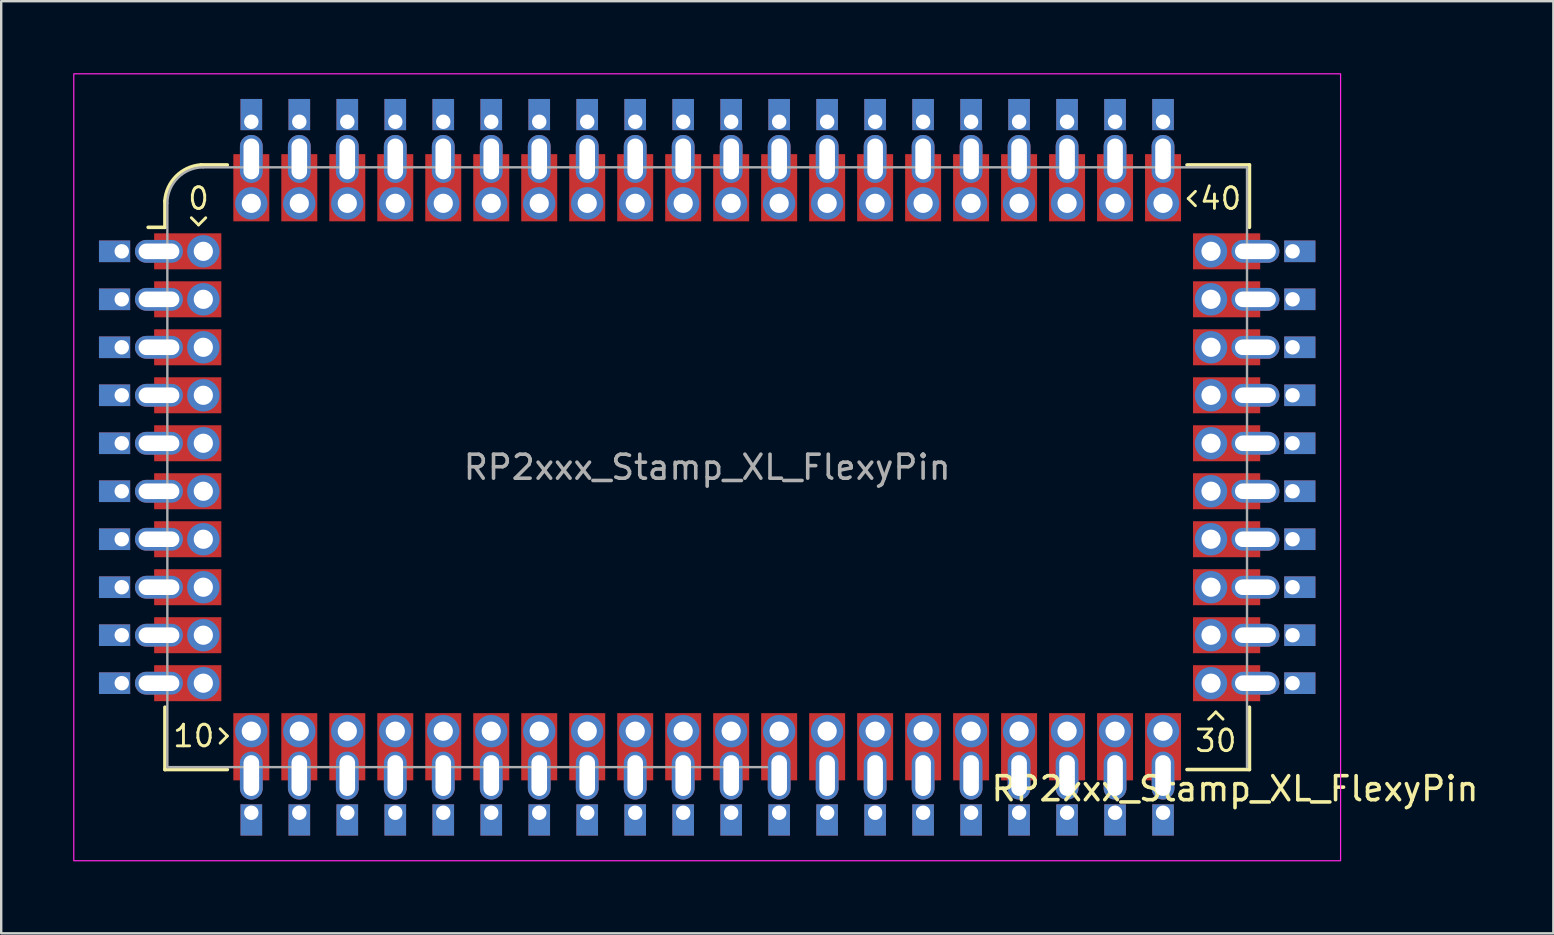
<source format=kicad_pcb>
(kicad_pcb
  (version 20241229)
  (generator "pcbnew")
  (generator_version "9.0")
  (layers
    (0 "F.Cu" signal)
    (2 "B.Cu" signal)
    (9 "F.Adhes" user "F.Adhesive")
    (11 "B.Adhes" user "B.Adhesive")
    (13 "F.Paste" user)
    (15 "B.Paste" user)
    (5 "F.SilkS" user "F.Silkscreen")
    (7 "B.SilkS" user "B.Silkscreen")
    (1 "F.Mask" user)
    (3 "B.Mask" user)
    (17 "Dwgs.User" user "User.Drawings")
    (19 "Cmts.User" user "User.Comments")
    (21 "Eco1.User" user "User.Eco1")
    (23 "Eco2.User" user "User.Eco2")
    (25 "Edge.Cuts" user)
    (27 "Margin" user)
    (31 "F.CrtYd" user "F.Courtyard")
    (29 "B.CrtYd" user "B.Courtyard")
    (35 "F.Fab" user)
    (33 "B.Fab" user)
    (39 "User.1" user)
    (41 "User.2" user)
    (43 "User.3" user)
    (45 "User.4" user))
  (footprint "RP2xxx_Stamp_XL_FlexyPin"
    (layer "F.Cu")
    (at 26.425 16.425)
    (property "Reference" "RP2xxx_Stamp_XL_FlexyPin" (at 22 13.4 0) (unlocked yes) (layer "F.SilkS") (effects (font (size 1 1) (thickness 0.15))))
    (attr through_hole)
    (fp_line (start -22.6 -10) (end -23.3 -10) (stroke (width 0.15) (type solid)) (layer "F.SilkS"))
    (fp_line (start -22.6 -10) (end -22.6 -11.1) (stroke (width 0.15) (type solid)) (layer "F.SilkS"))
    (fp_line (start -22.6 12.6) (end -22.6 10) (stroke (width 0.15) (type solid)) (layer "F.SilkS"))
    (fp_line (start -21.5 -10.4) (end -21.2 -10.1) (stroke (width 0.12) (type solid)) (layer "F.SilkS"))
    (fp_line (start -21.2 -10.1) (end -20.9 -10.4) (stroke (width 0.12) (type solid)) (layer "F.SilkS"))
    (fp_line (start -21.1 -12.6) (end -20 -12.6) (stroke (width 0.15) (type solid)) (layer "F.SilkS"))
    (fp_line (start -20.3 11.5) (end -20 11.2) (stroke (width 0.12) (type solid)) (layer "F.SilkS"))
    (fp_line (start -20 11.2) (end -20.3 10.9) (stroke (width 0.12) (type solid)) (layer "F.SilkS"))
    (fp_line (start -20 12.6) (end -22.6 12.6) (stroke (width 0.15) (type solid)) (layer "F.SilkS"))
    (fp_line (start 20 -12.6) (end 22.6 -12.6) (stroke (width 0.15) (type solid)) (layer "F.SilkS"))
    (fp_line (start 20.05 -11.2) (end 20.35 -10.9) (stroke (width 0.12) (type solid)) (layer "F.SilkS"))
    (fp_line (start 20.35 -11.5) (end 20.05 -11.2) (stroke (width 0.12) (type solid)) (layer "F.SilkS"))
    (fp_line (start 21.2 10.2) (end 20.9 10.5) (stroke (width 0.12) (type solid)) (layer "F.SilkS"))
    (fp_line (start 21.5 10.5) (end 21.2 10.2) (stroke (width 0.12) (type solid)) (layer "F.SilkS"))
    (fp_line (start 22.6 -12.6) (end 22.6 -10) (stroke (width 0.15) (type solid)) (layer "F.SilkS"))
    (fp_line (start 22.6 10) (end 22.6 12.6) (stroke (width 0.15) (type solid)) (layer "F.SilkS"))
    (fp_line (start 22.6 12.6) (end 20 12.6) (stroke (width 0.15) (type solid)) (layer "F.SilkS"))
    (fp_arc (start -22.6 -11.1) (mid -22.129432 -12.129432) (end -21.1 -12.6) (stroke (width 0.15) (type solid)) (layer "F.SilkS"))
    (fp_rect (start -26.4 -16.4) (end 26.4 16.4) (stroke (width 0.05) (type solid)) (fill no) (layer "F.CrtYd"))
    (fp_line (start -22.5 12.5) (end -22.5 -11) (stroke (width 0.1) (type solid)) (layer "F.Fab"))
    (fp_line (start -21 -12.5) (end 22.5 -12.5) (stroke (width 0.1) (type solid)) (layer "F.Fab"))
    (fp_line (start 2.5 12.5) (end -22.5 12.5) (stroke (width 0.1) (type solid)) (layer "F.Fab"))
    (fp_line (start 22.5 -12.5) (end 22.5 12.5) (stroke (width 0.1) (type solid)) (layer "F.Fab"))
    (fp_arc (start -22.500003 -11.000003) (mid -22.060661 -12.060662) (end -21 -12.5) (stroke (width 0.1) (type solid)) (layer "F.Fab"))
    (fp_text user "10" (at -21.4 11.2 0) (unlocked yes) (layer "F.SilkS") (effects (font (size 0.9 0.9) (thickness 0.12))))
    (fp_text user "30" (at 21.2 11.4 0) (unlocked yes) (layer "F.SilkS") (effects (font (size 0.9 0.9) (thickness 0.12))))
    (fp_text user "40" (at 21.4 -11.2 0) (unlocked yes) (layer "F.SilkS") (effects (font (size 0.9 0.9) (thickness 0.12))))
    (fp_text user "0" (at -21.2 -11.2 0) (unlocked yes) (layer "F.SilkS") (effects (font (size 0.9 0.9) (thickness 0.12))))
    (fp_text user "${REFERENCE}" (at 0 0 0) (unlocked yes) (layer "F.Fab") (effects (font (size 1 1) (thickness 0.15))))
    (pad "1" thru_hole rect (at -24.4 -9) (size 1.3 0.9) (drill 0.6 (offset -0.3 0)) (layers "*.Cu" "*.Mask"))
    (pad "1" thru_hole oval (at -22.85 -9 180) (size 2 0.95) (drill oval 1.7 0.65) (layers "*.Cu" "*.Mask"))
    (pad "1" smd rect (at -21.65 -9) (size 2.8 1.5) (layers "F.Cu" "F.Mask" "F.Paste"))
    (pad "1" thru_hole circle (at -21 -9) (size 1.35 1.35) (drill 0.8) (layers "*.Cu" "*.Mask"))
    (pad "2" thru_hole rect (at -24.4 -7) (size 1.3 0.9) (drill 0.6 (offset -0.3 0)) (layers "*.Cu" "*.Mask"))
    (pad "2" thru_hole oval (at -22.85 -7 180) (size 2 0.95) (drill oval 1.7 0.65) (layers "*.Cu" "*.Mask"))
    (pad "2" smd rect (at -21.65 -7) (size 2.8 1.5) (layers "F.Cu" "F.Mask" "F.Paste"))
    (pad "2" thru_hole oval (at -21 -7) (size 1.35 1.35) (drill 0.8) (layers "*.Cu" "*.Mask"))
    (pad "3" thru_hole rect (at -24.4 -5) (size 1.3 0.9) (drill 0.6 (offset -0.3 0)) (layers "*.Cu" "*.Mask"))
    (pad "3" thru_hole oval (at -22.85 -5 180) (size 2 0.95) (drill oval 1.7 0.65) (layers "*.Cu" "*.Mask"))
    (pad "3" smd rect (at -21.65 -5) (size 2.8 1.5) (layers "F.Cu" "F.Mask" "F.Paste"))
    (pad "3" thru_hole oval (at -21 -5) (size 1.35 1.35) (drill 0.8) (layers "*.Cu" "*.Mask"))
    (pad "4" thru_hole rect (at -24.4 -3) (size 1.3 0.9) (drill 0.6 (offset -0.3 0)) (layers "*.Cu" "*.Mask"))
    (pad "4" thru_hole oval (at -22.85 -3 180) (size 2 0.95) (drill oval 1.7 0.65) (layers "*.Cu" "*.Mask"))
    (pad "4" smd rect (at -21.65 -3) (size 2.8 1.5) (layers "F.Cu" "F.Mask" "F.Paste"))
    (pad "4" thru_hole oval (at -21 -3) (size 1.35 1.35) (drill 0.8) (layers "*.Cu" "*.Mask"))
    (pad "5" thru_hole rect (at -24.4 -1) (size 1.3 0.9) (drill 0.6 (offset -0.3 0)) (layers "*.Cu" "*.Mask"))
    (pad "5" thru_hole oval (at -22.85 -1 180) (size 2 0.95) (drill oval 1.7 0.65) (layers "*.Cu" "*.Mask"))
    (pad "5" smd rect (at -21.65 -1) (size 2.8 1.5) (layers "F.Cu" "F.Mask" "F.Paste"))
    (pad "5" thru_hole oval (at -21 -1) (size 1.35 1.35) (drill 0.8) (layers "*.Cu" "*.Mask"))
    (pad "6" thru_hole rect (at -24.4 1) (size 1.3 0.9) (drill 0.6 (offset -0.3 0)) (layers "*.Cu" "*.Mask"))
    (pad "6" thru_hole oval (at -22.85 1 180) (size 2 0.95) (drill oval 1.7 0.65) (layers "*.Cu" "*.Mask"))
    (pad "6" smd rect (at -21.65 1) (size 2.8 1.5) (layers "F.Cu" "F.Mask" "F.Paste"))
    (pad "6" thru_hole oval (at -21 1) (size 1.35 1.35) (drill 0.8) (layers "*.Cu" "*.Mask"))
    (pad "7" thru_hole rect (at -24.4 3) (size 1.3 0.9) (drill 0.6 (offset -0.3 0)) (layers "*.Cu" "*.Mask"))
    (pad "7" thru_hole oval (at -22.85 3 180) (size 2 0.95) (drill oval 1.7 0.65) (layers "*.Cu" "*.Mask"))
    (pad "7" smd rect (at -21.65 3) (size 2.8 1.5) (layers "F.Cu" "F.Mask" "F.Paste"))
    (pad "7" thru_hole oval (at -21 3) (size 1.35 1.35) (drill 0.8) (layers "*.Cu" "*.Mask"))
    (pad "8" thru_hole rect (at -24.4 5) (size 1.3 0.9) (drill 0.6 (offset -0.3 0)) (layers "*.Cu" "*.Mask"))
    (pad "8" thru_hole oval (at -22.85 5 180) (size 2 0.95) (drill oval 1.7 0.65) (layers "*.Cu" "*.Mask"))
    (pad "8" smd rect (at -21.65 5) (size 2.8 1.5) (layers "F.Cu" "F.Mask" "F.Paste"))
    (pad "8" thru_hole oval (at -21 5) (size 1.35 1.35) (drill 0.8) (layers "*.Cu" "*.Mask"))
    (pad "9" thru_hole rect (at -24.4 7) (size 1.3 0.9) (drill 0.6 (offset -0.3 0)) (layers "*.Cu" "*.Mask"))
    (pad "9" thru_hole oval (at -22.85 7 180) (size 2 0.95) (drill oval 1.7 0.65) (layers "*.Cu" "*.Mask"))
    (pad "9" smd rect (at -21.65 7) (size 2.8 1.5) (layers "F.Cu" "F.Mask" "F.Paste"))
    (pad "9" thru_hole oval (at -21 7) (size 1.35 1.35) (drill 0.8) (layers "*.Cu" "*.Mask"))
    (pad "10" thru_hole rect (at -24.4 9) (size 1.3 0.9) (drill 0.6 (offset -0.3 0)) (layers "*.Cu" "*.Mask"))
    (pad "10" thru_hole oval (at -22.85 9 180) (size 2 0.95) (drill oval 1.7 0.65) (layers "*.Cu" "*.Mask"))
    (pad "10" smd rect (at -21.65 9) (size 2.8 1.5) (layers "F.Cu" "F.Mask" "F.Paste"))
    (pad "10" thru_hole oval (at -21 9) (size 1.35 1.35) (drill 0.8) (layers "*.Cu" "*.Mask"))
    (pad "11" thru_hole oval (at -19 11) (size 1.35 1.35) (drill 0.8) (layers "*.Cu" "*.Mask"))
    (pad "11" smd rect (at -19 11.65 270) (size 2.8 1.5) (layers "F.Cu" "F.Mask" "F.Paste"))
    (pad "11" thru_hole oval (at -19 12.85 270) (size 2 0.95) (drill oval 1.7 0.65) (layers "*.Cu" "*.Mask"))
    (pad "11" thru_hole rect (at -19 14.4 90) (size 1.3 0.9) (drill 0.6 (offset -0.3 0)) (layers "*.Cu" "*.Mask"))
    (pad "12" thru_hole oval (at -17 11) (size 1.35 1.35) (drill 0.8) (layers "*.Cu" "*.Mask"))
    (pad "12" smd rect (at -17 11.65 270) (size 2.8 1.5) (layers "F.Cu" "F.Mask" "F.Paste"))
    (pad "12" thru_hole oval (at -17 12.85 270) (size 2 0.95) (drill oval 1.7 0.65) (layers "*.Cu" "*.Mask"))
    (pad "12" thru_hole rect (at -17 14.4 90) (size 1.3 0.9) (drill 0.6 (offset -0.3 0)) (layers "*.Cu" "*.Mask"))
    (pad "13" thru_hole oval (at -15 11) (size 1.35 1.35) (drill 0.8) (layers "*.Cu" "*.Mask"))
    (pad "13" smd rect (at -15 11.65 270) (size 2.8 1.5) (layers "F.Cu" "F.Mask" "F.Paste"))
    (pad "13" thru_hole oval (at -15 12.85 270) (size 2 0.95) (drill oval 1.7 0.65) (layers "*.Cu" "*.Mask"))
    (pad "13" thru_hole rect (at -15 14.4 90) (size 1.3 0.9) (drill 0.6 (offset -0.3 0)) (layers "*.Cu" "*.Mask"))
    (pad "14" thru_hole oval (at -13 11) (size 1.35 1.35) (drill 0.8) (layers "*.Cu" "*.Mask"))
    (pad "14" smd rect (at -13 11.65 270) (size 2.8 1.5) (layers "F.Cu" "F.Mask" "F.Paste"))
    (pad "14" thru_hole oval (at -13 12.85 270) (size 2 0.95) (drill oval 1.7 0.65) (layers "*.Cu" "*.Mask"))
    (pad "14" thru_hole rect (at -13 14.4 90) (size 1.3 0.9) (drill 0.6 (offset -0.3 0)) (layers "*.Cu" "*.Mask"))
    (pad "15" thru_hole oval (at -11 11) (size 1.35 1.35) (drill 0.8) (layers "*.Cu" "*.Mask"))
    (pad "15" smd rect (at -11 11.65 270) (size 2.8 1.5) (layers "F.Cu" "F.Mask" "F.Paste"))
    (pad "15" thru_hole oval (at -11 12.85 270) (size 2 0.95) (drill oval 1.7 0.65) (layers "*.Cu" "*.Mask"))
    (pad "15" thru_hole rect (at -11 14.4 90) (size 1.3 0.9) (drill 0.6 (offset -0.3 0)) (layers "*.Cu" "*.Mask"))
    (pad "16" thru_hole oval (at -9 11) (size 1.35 1.35) (drill 0.8) (layers "*.Cu" "*.Mask"))
    (pad "16" smd rect (at -9 11.65 270) (size 2.8 1.5) (layers "F.Cu" "F.Mask" "F.Paste"))
    (pad "16" thru_hole oval (at -9 12.85 270) (size 2 0.95) (drill oval 1.7 0.65) (layers "*.Cu" "*.Mask"))
    (pad "16" thru_hole rect (at -9 14.4 90) (size 1.3 0.9) (drill 0.6 (offset -0.3 0)) (layers "*.Cu" "*.Mask"))
    (pad "17" thru_hole oval (at -7 11) (size 1.35 1.35) (drill 0.8) (layers "*.Cu" "*.Mask"))
    (pad "17" smd rect (at -7 11.65 270) (size 2.8 1.5) (layers "F.Cu" "F.Mask" "F.Paste"))
    (pad "17" thru_hole oval (at -7 12.85 270) (size 2 0.95) (drill oval 1.7 0.65) (layers "*.Cu" "*.Mask"))
    (pad "17" thru_hole rect (at -7 14.4 90) (size 1.3 0.9) (drill 0.6 (offset -0.3 0)) (layers "*.Cu" "*.Mask"))
    (pad "18" thru_hole oval (at -5 11) (size 1.35 1.35) (drill 0.8) (layers "*.Cu" "*.Mask"))
    (pad "18" smd rect (at -5 11.65 270) (size 2.8 1.5) (layers "F.Cu" "F.Mask" "F.Paste"))
    (pad "18" thru_hole oval (at -5 12.85 270) (size 2 0.95) (drill oval 1.7 0.65) (layers "*.Cu" "*.Mask"))
    (pad "18" thru_hole rect (at -5 14.4 90) (size 1.3 0.9) (drill 0.6 (offset -0.3 0)) (layers "*.Cu" "*.Mask"))
    (pad "19" thru_hole oval (at -3 11) (size 1.35 1.35) (drill 0.8) (layers "*.Cu" "*.Mask"))
    (pad "19" smd rect (at -3 11.65 270) (size 2.8 1.5) (layers "F.Cu" "F.Mask" "F.Paste"))
    (pad "19" thru_hole oval (at -3 12.85 270) (size 2 0.95) (drill oval 1.7 0.65) (layers "*.Cu" "*.Mask"))
    (pad "19" thru_hole rect (at -3 14.4 90) (size 1.3 0.9) (drill 0.6 (offset -0.3 0)) (layers "*.Cu" "*.Mask"))
    (pad "20" thru_hole oval (at -1 11) (size 1.35 1.35) (drill 0.8) (layers "*.Cu" "*.Mask"))
    (pad "20" smd rect (at -1 11.65 270) (size 2.8 1.5) (layers "F.Cu" "F.Mask" "F.Paste"))
    (pad "20" thru_hole oval (at -1 12.85 270) (size 2 0.95) (drill oval 1.7 0.65) (layers "*.Cu" "*.Mask"))
    (pad "20" thru_hole rect (at -1 14.4 90) (size 1.3 0.9) (drill 0.6 (offset -0.3 0)) (layers "*.Cu" "*.Mask"))
    (pad "21" thru_hole oval (at 1 11) (size 1.35 1.35) (drill 0.8) (layers "*.Cu" "*.Mask"))
    (pad "21" smd rect (at 1 11.65 270) (size 2.8 1.5) (layers "F.Cu" "F.Mask" "F.Paste"))
    (pad "21" thru_hole oval (at 1 12.85 270) (size 2 0.95) (drill oval 1.7 0.65) (layers "*.Cu" "*.Mask"))
    (pad "21" thru_hole rect (at 1 14.4 90) (size 1.3 0.9) (drill 0.6 (offset -0.3 0)) (layers "*.Cu" "*.Mask"))
    (pad "22" thru_hole oval (at 3 11) (size 1.35 1.35) (drill 0.8) (layers "*.Cu" "*.Mask"))
    (pad "22" smd rect (at 3 11.65 270) (size 2.8 1.5) (layers "F.Cu" "F.Mask" "F.Paste"))
    (pad "22" thru_hole oval (at 3 12.85 270) (size 2 0.95) (drill oval 1.7 0.65) (layers "*.Cu" "*.Mask"))
    (pad "22" thru_hole rect (at 3 14.4 90) (size 1.3 0.9) (drill 0.6 (offset -0.3 0)) (layers "*.Cu" "*.Mask"))
    (pad "23" thru_hole oval (at 5 11) (size 1.35 1.35) (drill 0.8) (layers "*.Cu" "*.Mask"))
    (pad "23" smd rect (at 5 11.65 270) (size 2.8 1.5) (layers "F.Cu" "F.Mask" "F.Paste"))
    (pad "23" thru_hole oval (at 5 12.85 270) (size 2 0.95) (drill oval 1.7 0.65) (layers "*.Cu" "*.Mask"))
    (pad "23" thru_hole rect (at 5 14.4 90) (size 1.3 0.9) (drill 0.6 (offset -0.3 0)) (layers "*.Cu" "*.Mask"))
    (pad "24" thru_hole oval (at 7 11) (size 1.35 1.35) (drill 0.8) (layers "*.Cu" "*.Mask"))
    (pad "24" smd rect (at 7 11.65 270) (size 2.8 1.5) (layers "F.Cu" "F.Mask" "F.Paste"))
    (pad "24" thru_hole oval (at 7 12.85 270) (size 2 0.95) (drill oval 1.7 0.65) (layers "*.Cu" "*.Mask"))
    (pad "24" thru_hole rect (at 7 14.4 90) (size 1.3 0.9) (drill 0.6 (offset -0.3 0)) (layers "*.Cu" "*.Mask"))
    (pad "25" thru_hole oval (at 9 11) (size 1.35 1.35) (drill 0.8) (layers "*.Cu" "*.Mask"))
    (pad "25" smd rect (at 9 11.65 270) (size 2.8 1.5) (layers "F.Cu" "F.Mask" "F.Paste"))
    (pad "25" thru_hole oval (at 9 12.85 270) (size 2 0.95) (drill oval 1.7 0.65) (layers "*.Cu" "*.Mask"))
    (pad "25" thru_hole rect (at 9 14.4 90) (size 1.3 0.9) (drill 0.6 (offset -0.3 0)) (layers "*.Cu" "*.Mask"))
    (pad "26" thru_hole oval (at 11 11) (size 1.35 1.35) (drill 0.8) (layers "*.Cu" "*.Mask"))
    (pad "26" smd rect (at 11 11.65 270) (size 2.8 1.5) (layers "F.Cu" "F.Mask" "F.Paste"))
    (pad "26" thru_hole oval (at 11 12.85 270) (size 2 0.95) (drill oval 1.7 0.65) (layers "*.Cu" "*.Mask"))
    (pad "26" thru_hole rect (at 11 14.4 90) (size 1.3 0.9) (drill 0.6 (offset -0.3 0)) (layers "*.Cu" "*.Mask"))
    (pad "27" thru_hole oval (at 13 11) (size 1.35 1.35) (drill 0.8) (layers "*.Cu" "*.Mask"))
    (pad "27" smd rect (at 13 11.65 270) (size 2.8 1.5) (layers "F.Cu" "F.Mask" "F.Paste"))
    (pad "27" thru_hole oval (at 13 12.85 270) (size 2 0.95) (drill oval 1.7 0.65) (layers "*.Cu" "*.Mask"))
    (pad "27" thru_hole rect (at 13 14.4 90) (size 1.3 0.9) (drill 0.6 (offset -0.3 0)) (layers "*.Cu" "*.Mask"))
    (pad "28" thru_hole oval (at 15 11) (size 1.35 1.35) (drill 0.8) (layers "*.Cu" "*.Mask"))
    (pad "28" smd rect (at 15 11.65 270) (size 2.8 1.5) (layers "F.Cu" "F.Mask" "F.Paste"))
    (pad "28" thru_hole oval (at 15 12.85 270) (size 2 0.95) (drill oval 1.7 0.65) (layers "*.Cu" "*.Mask"))
    (pad "28" thru_hole rect (at 15 14.4 90) (size 1.3 0.9) (drill 0.6 (offset -0.3 0)) (layers "*.Cu" "*.Mask"))
    (pad "29" thru_hole oval (at 17 11) (size 1.35 1.35) (drill 0.8) (layers "*.Cu" "*.Mask"))
    (pad "29" smd rect (at 17 11.65 270) (size 2.8 1.5) (layers "F.Cu" "F.Mask" "F.Paste"))
    (pad "29" thru_hole oval (at 17 12.85 270) (size 2 0.95) (drill oval 1.7 0.65) (layers "*.Cu" "*.Mask"))
    (pad "29" thru_hole rect (at 17 14.4 90) (size 1.3 0.9) (drill 0.6 (offset -0.3 0)) (layers "*.Cu" "*.Mask"))
    (pad "30" thru_hole oval (at 19 11) (size 1.35 1.35) (drill 0.8) (layers "*.Cu" "*.Mask"))
    (pad "30" smd rect (at 19 11.65 270) (size 2.8 1.5) (layers "F.Cu" "F.Mask" "F.Paste"))
    (pad "30" thru_hole oval (at 19 12.85 270) (size 2 0.95) (drill oval 1.7 0.65) (layers "*.Cu" "*.Mask"))
    (pad "30" thru_hole rect (at 19 14.4 90) (size 1.3 0.9) (drill 0.6 (offset -0.3 0)) (layers "*.Cu" "*.Mask"))
    (pad "31" thru_hole rect (at -1 -14.4 270) (size 1.3 0.9) (drill 0.6 (offset -0.3 0)) (layers "*.Cu" "*.Mask"))
    (pad "31" thru_hole oval (at -1 -12.85 90) (size 2 0.95) (drill oval 1.7 0.65) (layers "*.Cu" "*.Mask"))
    (pad "31" smd rect (at -1 -11.65 270) (size 2.8 1.5) (layers "F.Cu" "F.Mask" "F.Paste"))
    (pad "31" thru_hole oval (at -1 -11) (size 1.35 1.35) (drill 0.8) (layers "*.Cu" "*.Mask"))
    (pad "32" thru_hole rect (at -3 -14.4 270) (size 1.3 0.9) (drill 0.6 (offset -0.3 0)) (layers "*.Cu" "*.Mask"))
    (pad "32" thru_hole oval (at -3 -12.85 90) (size 2 0.95) (drill oval 1.7 0.65) (layers "*.Cu" "*.Mask"))
    (pad "32" smd rect (at -3 -11.65 270) (size 2.8 1.5) (layers "F.Cu" "F.Mask" "F.Paste"))
    (pad "32" thru_hole oval (at -3 -11) (size 1.35 1.35) (drill 0.8) (layers "*.Cu" "*.Mask"))
    (pad "33" thru_hole rect (at -5 -14.4 270) (size 1.3 0.9) (drill 0.6 (offset -0.3 0)) (layers "*.Cu" "*.Mask"))
    (pad "33" thru_hole oval (at -5 -12.85 90) (size 2 0.95) (drill oval 1.7 0.65) (layers "*.Cu" "*.Mask"))
    (pad "33" smd rect (at -5 -11.65 270) (size 2.8 1.5) (layers "F.Cu" "F.Mask" "F.Paste"))
    (pad "33" thru_hole oval (at -5 -11) (size 1.35 1.35) (drill 0.8) (layers "*.Cu" "*.Mask"))
    (pad "34" thru_hole rect (at -7 -14.4 270) (size 1.3 0.9) (drill 0.6 (offset -0.3 0)) (layers "*.Cu" "*.Mask"))
    (pad "34" thru_hole oval (at -7 -12.85 90) (size 2 0.95) (drill oval 1.7 0.65) (layers "*.Cu" "*.Mask"))
    (pad "34" smd rect (at -7 -11.65 270) (size 2.8 1.5) (layers "F.Cu" "F.Mask" "F.Paste"))
    (pad "34" thru_hole oval (at -7 -11) (size 1.35 1.35) (drill 0.8) (layers "*.Cu" "*.Mask"))
    (pad "35" thru_hole rect (at -9 -14.4 270) (size 1.3 0.9) (drill 0.6 (offset -0.3 0)) (layers "*.Cu" "*.Mask"))
    (pad "35" thru_hole oval (at -9 -12.85 90) (size 2 0.95) (drill oval 1.7 0.65) (layers "*.Cu" "*.Mask"))
    (pad "35" smd rect (at -9 -11.65 270) (size 2.8 1.5) (layers "F.Cu" "F.Mask" "F.Paste"))
    (pad "35" thru_hole oval (at -9 -11) (size 1.35 1.35) (drill 0.8) (layers "*.Cu" "*.Mask"))
    (pad "36" thru_hole rect (at -11 -14.4 270) (size 1.3 0.9) (drill 0.6 (offset -0.3 0)) (layers "*.Cu" "*.Mask"))
    (pad "36" thru_hole oval (at -11 -12.85 90) (size 2 0.95) (drill oval 1.7 0.65) (layers "*.Cu" "*.Mask"))
    (pad "36" smd rect (at -11 -11.65 270) (size 2.8 1.5) (layers "F.Cu" "F.Mask" "F.Paste"))
    (pad "36" thru_hole oval (at -11 -11) (size 1.35 1.35) (drill 0.8) (layers "*.Cu" "*.Mask"))
    (pad "37" thru_hole rect (at -13 -14.4 270) (size 1.3 0.9) (drill 0.6 (offset -0.3 0)) (layers "*.Cu" "*.Mask"))
    (pad "37" thru_hole oval (at -13 -12.85 90) (size 2 0.95) (drill oval 1.7 0.65) (layers "*.Cu" "*.Mask"))
    (pad "37" smd rect (at -13 -11.65 270) (size 2.8 1.5) (layers "F.Cu" "F.Mask" "F.Paste"))
    (pad "37" thru_hole oval (at -13 -11) (size 1.35 1.35) (drill 0.8) (layers "*.Cu" "*.Mask"))
    (pad "38" thru_hole rect (at -15 -14.4 270) (size 1.3 0.9) (drill 0.6 (offset -0.3 0)) (layers "*.Cu" "*.Mask"))
    (pad "38" thru_hole oval (at -15 -12.85 90) (size 2 0.95) (drill oval 1.7 0.65) (layers "*.Cu" "*.Mask"))
    (pad "38" smd rect (at -15 -11.65 270) (size 2.8 1.5) (layers "F.Cu" "F.Mask" "F.Paste"))
    (pad "38" thru_hole oval (at -15 -11) (size 1.35 1.35) (drill 0.8) (layers "*.Cu" "*.Mask"))
    (pad "39" thru_hole rect (at -17 -14.4 270) (size 1.3 0.9) (drill 0.6 (offset -0.3 0)) (layers "*.Cu" "*.Mask"))
    (pad "39" thru_hole oval (at -17 -12.85 90) (size 2 0.95) (drill oval 1.7 0.65) (layers "*.Cu" "*.Mask"))
    (pad "39" smd rect (at -17 -11.65 270) (size 2.8 1.5) (layers "F.Cu" "F.Mask" "F.Paste"))
    (pad "39" thru_hole oval (at -17 -11) (size 1.35 1.35) (drill 0.8) (layers "*.Cu" "*.Mask"))
    (pad "40" thru_hole rect (at -19 -14.4 270) (size 1.3 0.9) (drill 0.6 (offset -0.3 0)) (layers "*.Cu" "*.Mask"))
    (pad "40" thru_hole oval (at -19 -12.85 90) (size 2 0.95) (drill oval 1.7 0.65) (layers "*.Cu" "*.Mask"))
    (pad "40" smd rect (at -19 -11.65 270) (size 2.8 1.5) (layers "F.Cu" "F.Mask" "F.Paste"))
    (pad "40" thru_hole oval (at -19 -11) (size 1.35 1.35) (drill 0.8) (layers "*.Cu" "*.Mask"))
    (pad "41" thru_hole oval (at 21 9) (size 1.35 1.35) (drill 0.8) (layers "*.Cu" "*.Mask"))
    (pad "41" smd rect (at 21.65 9) (size 2.8 1.5) (layers "F.Cu" "F.Mask" "F.Paste"))
    (pad "41" thru_hole oval (at 22.85 9) (size 2 0.95) (drill oval 1.7 0.65) (layers "*.Cu" "*.Mask"))
    (pad "41" thru_hole rect (at 24.4 9 180) (size 1.3 0.9) (drill 0.6 (offset -0.3 0)) (layers "*.Cu" "*.Mask"))
    (pad "42" thru_hole oval (at 21 7) (size 1.35 1.35) (drill 0.8) (layers "*.Cu" "*.Mask"))
    (pad "42" smd rect (at 21.65 7) (size 2.8 1.5) (layers "F.Cu" "F.Mask" "F.Paste"))
    (pad "42" thru_hole oval (at 22.85 7) (size 2 0.95) (drill oval 1.7 0.65) (layers "*.Cu" "*.Mask"))
    (pad "42" thru_hole rect (at 24.4 7 180) (size 1.3 0.9) (drill 0.6 (offset -0.3 0)) (layers "*.Cu" "*.Mask"))
    (pad "43" thru_hole oval (at 21 5) (size 1.35 1.35) (drill 0.8) (layers "*.Cu" "*.Mask"))
    (pad "43" smd rect (at 21.65 5) (size 2.8 1.5) (layers "F.Cu" "F.Mask" "F.Paste"))
    (pad "43" thru_hole oval (at 22.85 5) (size 2 0.95) (drill oval 1.7 0.65) (layers "*.Cu" "*.Mask"))
    (pad "43" thru_hole rect (at 24.4 5 180) (size 1.3 0.9) (drill 0.6 (offset -0.3 0)) (layers "*.Cu" "*.Mask"))
    (pad "44" thru_hole oval (at 21 3) (size 1.35 1.35) (drill 0.8) (layers "*.Cu" "*.Mask"))
    (pad "44" smd rect (at 21.65 3) (size 2.8 1.5) (layers "F.Cu" "F.Mask" "F.Paste"))
    (pad "44" thru_hole oval (at 22.85 3) (size 2 0.95) (drill oval 1.7 0.65) (layers "*.Cu" "*.Mask"))
    (pad "44" thru_hole rect (at 24.4 3 180) (size 1.3 0.9) (drill 0.6 (offset -0.3 0)) (layers "*.Cu" "*.Mask"))
    (pad "45" thru_hole oval (at 21 1) (size 1.35 1.35) (drill 0.8) (layers "*.Cu" "*.Mask"))
    (pad "45" smd rect (at 21.65 1) (size 2.8 1.5) (layers "F.Cu" "F.Mask" "F.Paste"))
    (pad "45" thru_hole oval (at 22.85 1) (size 2 0.95) (drill oval 1.7 0.65) (layers "*.Cu" "*.Mask"))
    (pad "45" thru_hole rect (at 24.4 1 180) (size 1.3 0.9) (drill 0.6 (offset -0.3 0)) (layers "*.Cu" "*.Mask"))
    (pad "46" thru_hole oval (at 21 -1) (size 1.35 1.35) (drill 0.8) (layers "*.Cu" "*.Mask"))
    (pad "46" smd rect (at 21.65 -1) (size 2.8 1.5) (layers "F.Cu" "F.Mask" "F.Paste"))
    (pad "46" thru_hole oval (at 22.85 -1) (size 2 0.95) (drill oval 1.7 0.65) (layers "*.Cu" "*.Mask"))
    (pad "46" thru_hole rect (at 24.4 -1 180) (size 1.3 0.9) (drill 0.6 (offset -0.3 0)) (layers "*.Cu" "*.Mask"))
    (pad "47" thru_hole oval (at 21 -3) (size 1.35 1.35) (drill 0.8) (layers "*.Cu" "*.Mask"))
    (pad "47" smd rect (at 21.65 -3) (size 2.8 1.5) (layers "F.Cu" "F.Mask" "F.Paste"))
    (pad "47" thru_hole oval (at 22.85 -3) (size 2 0.95) (drill oval 1.7 0.65) (layers "*.Cu" "*.Mask"))
    (pad "47" thru_hole rect (at 24.4 -3 180) (size 1.3 0.9) (drill 0.6 (offset -0.3 0)) (layers "*.Cu" "*.Mask"))
    (pad "48" thru_hole oval (at 21 -5) (size 1.35 1.35) (drill 0.8) (layers "*.Cu" "*.Mask"))
    (pad "48" smd rect (at 21.65 -5) (size 2.8 1.5) (layers "F.Cu" "F.Mask" "F.Paste"))
    (pad "48" thru_hole oval (at 22.85 -5) (size 2 0.95) (drill oval 1.7 0.65) (layers "*.Cu" "*.Mask"))
    (pad "48" thru_hole rect (at 24.4 -5 180) (size 1.3 0.9) (drill 0.6 (offset -0.3 0)) (layers "*.Cu" "*.Mask"))
    (pad "49" thru_hole oval (at 21 -7) (size 1.35 1.35) (drill 0.8) (layers "*.Cu" "*.Mask"))
    (pad "49" smd rect (at 21.65 -7) (size 2.8 1.5) (layers "F.Cu" "F.Mask" "F.Paste"))
    (pad "49" thru_hole oval (at 22.85 -7) (size 2 0.95) (drill oval 1.7 0.65) (layers "*.Cu" "*.Mask"))
    (pad "49" thru_hole rect (at 24.4 -7 180) (size 1.3 0.9) (drill 0.6 (offset -0.3 0)) (layers "*.Cu" "*.Mask"))
    (pad "50" thru_hole oval (at 21 -9) (size 1.35 1.35) (drill 0.8) (layers "*.Cu" "*.Mask"))
    (pad "50" smd rect (at 21.65 -9) (size 2.8 1.5) (layers "F.Cu" "F.Mask" "F.Paste"))
    (pad "50" thru_hole oval (at 22.85 -9) (size 2 0.95) (drill oval 1.7 0.65) (layers "*.Cu" "*.Mask"))
    (pad "50" thru_hole rect (at 24.4 -9 180) (size 1.3 0.9) (drill 0.6 (offset -0.3 0)) (layers "*.Cu" "*.Mask"))
    (pad "51" thru_hole rect (at 19 -14.4 270) (size 1.3 0.9) (drill 0.6 (offset -0.3 0)) (layers "*.Cu" "*.Mask"))
    (pad "51" thru_hole oval (at 19 -12.85 90) (size 2 0.95) (drill oval 1.7 0.65) (layers "*.Cu" "*.Mask"))
    (pad "51" smd rect (at 19 -11.65 270) (size 2.8 1.5) (layers "F.Cu" "F.Mask" "F.Paste"))
    (pad "51" thru_hole oval (at 19 -11) (size 1.35 1.35) (drill 0.8) (layers "*.Cu" "*.Mask"))
    (pad "52" thru_hole rect (at 17 -14.4 270) (size 1.3 0.9) (drill 0.6 (offset -0.3 0)) (layers "*.Cu" "*.Mask"))
    (pad "52" thru_hole oval (at 17 -12.85 90) (size 2 0.95) (drill oval 1.7 0.65) (layers "*.Cu" "*.Mask"))
    (pad "52" smd rect (at 17 -11.65 270) (size 2.8 1.5) (layers "F.Cu" "F.Mask" "F.Paste"))
    (pad "52" thru_hole oval (at 17 -11) (size 1.35 1.35) (drill 0.8) (layers "*.Cu" "*.Mask"))
    (pad "53" thru_hole rect (at 15 -14.4 270) (size 1.3 0.9) (drill 0.6 (offset -0.3 0)) (layers "*.Cu" "*.Mask"))
    (pad "53" thru_hole oval (at 15 -12.85 90) (size 2 0.95) (drill oval 1.7 0.65) (layers "*.Cu" "*.Mask"))
    (pad "53" smd rect (at 15 -11.65 270) (size 2.8 1.5) (layers "F.Cu" "F.Mask" "F.Paste"))
    (pad "53" thru_hole oval (at 15 -11) (size 1.35 1.35) (drill 0.8) (layers "*.Cu" "*.Mask"))
    (pad "54" thru_hole rect (at 13 -14.4 270) (size 1.3 0.9) (drill 0.6 (offset -0.3 0)) (layers "*.Cu" "*.Mask"))
    (pad "54" thru_hole oval (at 13 -12.85 90) (size 2 0.95) (drill oval 1.7 0.65) (layers "*.Cu" "*.Mask"))
    (pad "54" smd rect (at 13 -11.65 270) (size 2.8 1.5) (layers "F.Cu" "F.Mask" "F.Paste"))
    (pad "54" thru_hole oval (at 13 -11) (size 1.35 1.35) (drill 0.8) (layers "*.Cu" "*.Mask"))
    (pad "55" thru_hole rect (at 11 -14.4 270) (size 1.3 0.9) (drill 0.6 (offset -0.3 0)) (layers "*.Cu" "*.Mask"))
    (pad "55" thru_hole oval (at 11 -12.85 90) (size 2 0.95) (drill oval 1.7 0.65) (layers "*.Cu" "*.Mask"))
    (pad "55" smd rect (at 11 -11.65 270) (size 2.8 1.5) (layers "F.Cu" "F.Mask" "F.Paste"))
    (pad "55" thru_hole oval (at 11 -11) (size 1.35 1.35) (drill 0.8) (layers "*.Cu" "*.Mask"))
    (pad "56" thru_hole rect (at 9 -14.4 270) (size 1.3 0.9) (drill 0.6 (offset -0.3 0)) (layers "*.Cu" "*.Mask"))
    (pad "56" thru_hole oval (at 9 -12.85 90) (size 2 0.95) (drill oval 1.7 0.65) (layers "*.Cu" "*.Mask"))
    (pad "56" smd rect (at 9 -11.65 270) (size 2.8 1.5) (layers "F.Cu" "F.Mask" "F.Paste"))
    (pad "56" thru_hole oval (at 9 -11) (size 1.35 1.35) (drill 0.8) (layers "*.Cu" "*.Mask"))
    (pad "57" thru_hole rect (at 7 -14.4 270) (size 1.3 0.9) (drill 0.6 (offset -0.3 0)) (layers "*.Cu" "*.Mask"))
    (pad "57" thru_hole oval (at 7 -12.85 90) (size 2 0.95) (drill oval 1.7 0.65) (layers "*.Cu" "*.Mask"))
    (pad "57" smd rect (at 7 -11.65 270) (size 2.8 1.5) (layers "F.Cu" "F.Mask" "F.Paste"))
    (pad "57" thru_hole oval (at 7 -11) (size 1.35 1.35) (drill 0.8) (layers "*.Cu" "*.Mask"))
    (pad "58" thru_hole rect (at 5 -14.4 270) (size 1.3 0.9) (drill 0.6 (offset -0.3 0)) (layers "*.Cu" "*.Mask"))
    (pad "58" thru_hole oval (at 5 -12.85 90) (size 2 0.95) (drill oval 1.7 0.65) (layers "*.Cu" "*.Mask"))
    (pad "58" smd rect (at 5 -11.65 270) (size 2.8 1.5) (layers "F.Cu" "F.Mask" "F.Paste"))
    (pad "58" thru_hole oval (at 5 -11) (size 1.35 1.35) (drill 0.8) (layers "*.Cu" "*.Mask"))
    (pad "59" thru_hole rect (at 3 -14.4 270) (size 1.3 0.9) (drill 0.6 (offset -0.3 0)) (layers "*.Cu" "*.Mask"))
    (pad "59" thru_hole oval (at 3 -12.85 90) (size 2 0.95) (drill oval 1.7 0.65) (layers "*.Cu" "*.Mask"))
    (pad "59" smd rect (at 3 -11.65 270) (size 2.8 1.5) (layers "F.Cu" "F.Mask" "F.Paste"))
    (pad "59" thru_hole oval (at 3 -11) (size 1.35 1.35) (drill 0.8) (layers "*.Cu" "*.Mask"))
    (pad "60" thru_hole rect (at 1 -14.4 270) (size 1.3 0.9) (drill 0.6 (offset -0.3 0)) (layers "*.Cu" "*.Mask"))
    (pad "60" thru_hole oval (at 1 -12.85 90) (size 2 0.95) (drill oval 1.7 0.65) (layers "*.Cu" "*.Mask"))
    (pad "60" smd rect (at 1 -11.65 270) (size 2.8 1.5) (layers "F.Cu" "F.Mask" "F.Paste"))
    (pad "60" thru_hole oval (at 1 -11) (size 1.35 1.35) (drill 0.8) (layers "*.Cu" "*.Mask")))
  (gr_rect
    (start -3 -3)
    (end 61.693 35.85)
    (stroke (width 0.1) (type default))
    (fill no)
    (layer "Edge.Cuts")))
</source>
